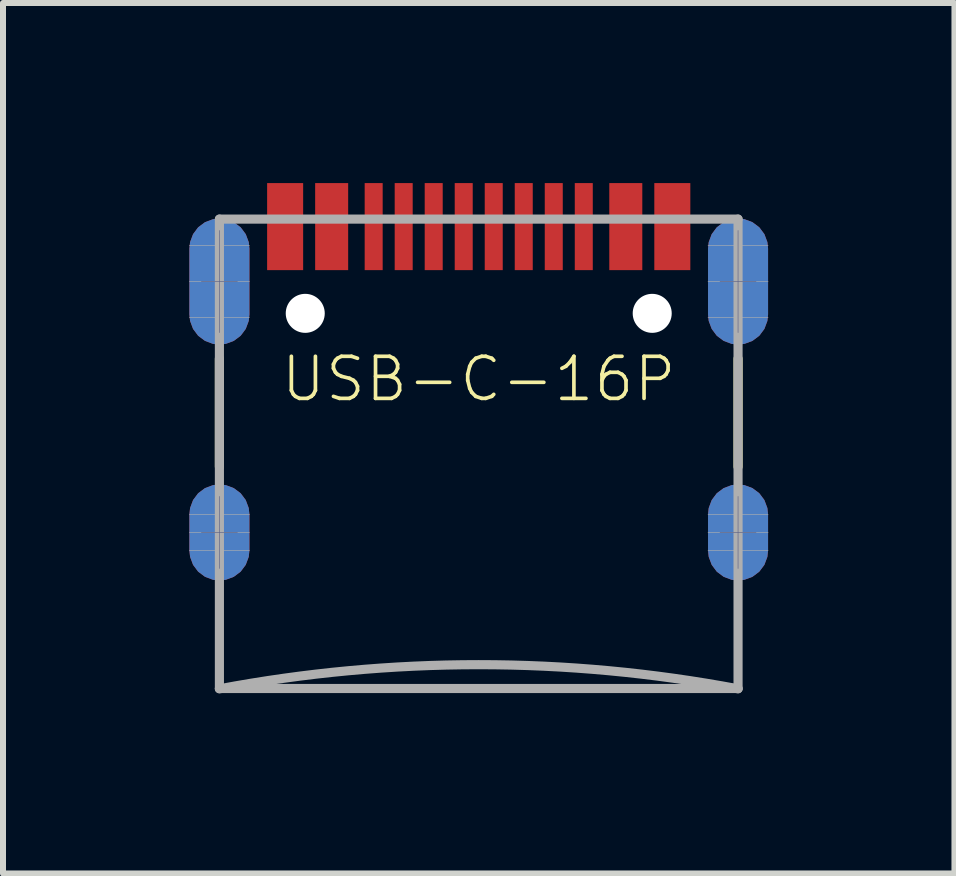
<source format=kicad_pcb>
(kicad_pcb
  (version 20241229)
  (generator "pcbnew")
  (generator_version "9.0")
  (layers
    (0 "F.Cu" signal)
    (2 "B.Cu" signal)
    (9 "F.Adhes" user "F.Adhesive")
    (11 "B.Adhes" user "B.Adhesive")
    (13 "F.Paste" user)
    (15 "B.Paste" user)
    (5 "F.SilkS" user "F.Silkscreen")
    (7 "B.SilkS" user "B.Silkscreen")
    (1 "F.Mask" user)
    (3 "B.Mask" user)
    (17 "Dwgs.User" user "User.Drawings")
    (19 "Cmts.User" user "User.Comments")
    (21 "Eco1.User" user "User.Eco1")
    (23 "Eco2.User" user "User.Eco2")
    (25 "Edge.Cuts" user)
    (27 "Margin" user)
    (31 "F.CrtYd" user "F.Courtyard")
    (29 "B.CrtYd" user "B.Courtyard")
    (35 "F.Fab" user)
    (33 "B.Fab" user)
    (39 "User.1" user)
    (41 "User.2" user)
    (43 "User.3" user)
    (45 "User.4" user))
  (footprint "USB-C-16P"
    (layer "F.Cu")
    (at 4.925 0.725)
    (property "Reference" "USB-C-16P" (at 0 2.54 0) (unlocked yes) (layer "F.SilkS") (effects (font (size 0.701 0.701) (thickness 0.061))))
    (fp_poly (pts (xy -4.169 -0.226) (xy -4.026 -0.173) (xy -3.902 -0.085) (xy -3.804 0.032) (xy -3.741 0.17) (xy -3.715 0.32) (xy -3.715 1.52) (xy -3.742 1.669) (xy -3.806 1.805) (xy -3.904 1.92) (xy -4.028 2.007) (xy -4.17 2.058) (xy -4.32 2.07) (xy -4.47 2.058) (xy -4.612 2.007) (xy -4.736 1.92) (xy -4.834 1.805) (xy -4.925 1.521) (xy -4.925 0.32) (xy -4.899 0.17) (xy -4.836 0.032) (xy -4.738 -0.085) (xy -4.614 -0.174) (xy -4.32 -0.24)) (stroke (width 0) (type default)) (fill yes) (layer "F.Mask"))
    (fp_poly (pts (xy -4.163 4.211) (xy -4.017 4.273) (xy -3.891 4.37) (xy -3.795 4.496) (xy -3.735 4.643) (xy -3.715 4.8) (xy -3.715 5.4) (xy -3.736 5.556) (xy -3.797 5.701) (xy -3.893 5.825) (xy -4.018 5.921) (xy -4.164 5.98) (xy -4.32 6) (xy -4.476 5.98) (xy -4.622 5.921) (xy -4.747 5.825) (xy -4.843 5.701) (xy -4.925 5.401) (xy -4.925 4.8) (xy -4.905 4.643) (xy -4.845 4.496) (xy -4.749 4.37) (xy -4.623 4.272) (xy -4.32 4.19)) (stroke (width 0) (type default)) (fill yes) (layer "F.Mask"))
    (fp_poly (pts (xy 4.471 -0.226) (xy 4.614 -0.173) (xy 4.738 -0.085) (xy 4.836 0.032) (xy 4.899 0.17) (xy 4.925 0.32) (xy 4.925 1.52) (xy 4.898 1.669) (xy 4.834 1.805) (xy 4.736 1.92) (xy 4.612 2.007) (xy 4.47 2.058) (xy 4.32 2.07) (xy 4.17 2.058) (xy 4.028 2.007) (xy 3.904 1.92) (xy 3.806 1.805) (xy 3.715 1.521) (xy 3.715 0.32) (xy 3.741 0.17) (xy 3.804 0.032) (xy 3.902 -0.085) (xy 4.026 -0.174) (xy 4.32 -0.24)) (stroke (width 0) (type default)) (fill yes) (layer "F.Mask"))
    (fp_poly (pts (xy 4.477 4.211) (xy 4.623 4.273) (xy 4.749 4.37) (xy 4.845 4.496) (xy 4.905 4.643) (xy 4.925 4.8) (xy 4.925 5.4) (xy 4.904 5.556) (xy 4.843 5.701) (xy 4.747 5.825) (xy 4.622 5.921) (xy 4.476 5.98) (xy 4.32 6) (xy 4.164 5.98) (xy 4.018 5.921) (xy 3.893 5.825) (xy 3.797 5.701) (xy 3.715 5.401) (xy 3.715 4.8) (xy 3.735 4.643) (xy 3.795 4.496) (xy 3.891 4.37) (xy 4.017 4.272) (xy 4.32 4.19)) (stroke (width 0) (type default)) (fill yes) (layer "F.Mask"))
    (fp_line (start -4.32 2.2) (end -4.32 4) (stroke (width 0.152) (type solid)) (layer "F.SilkS"))
    (fp_line (start 4.32 2.2) (end 4.32 4) (stroke (width 0.152) (type solid)) (layer "F.SilkS"))
    (fp_poly (pts (xy -4.169 -0.226) (xy -4.026 -0.173) (xy -3.902 -0.085) (xy -3.804 0.032) (xy -3.741 0.17) (xy -3.715 0.32) (xy -3.715 1.52) (xy -3.742 1.669) (xy -3.806 1.805) (xy -3.904 1.92) (xy -4.028 2.007) (xy -4.17 2.058) (xy -4.32 2.07) (xy -4.47 2.058) (xy -4.612 2.007) (xy -4.736 1.92) (xy -4.834 1.805) (xy -4.925 1.521) (xy -4.925 0.32) (xy -4.899 0.17) (xy -4.836 0.032) (xy -4.738 -0.085) (xy -4.614 -0.174) (xy -4.32 -0.24)) (stroke (width 0) (type default)) (fill yes) (layer "F.Paste"))
    (fp_poly (pts (xy -4.163 4.211) (xy -4.017 4.273) (xy -3.891 4.37) (xy -3.795 4.496) (xy -3.735 4.643) (xy -3.715 4.8) (xy -3.715 5.4) (xy -3.736 5.556) (xy -3.797 5.701) (xy -3.893 5.825) (xy -4.018 5.921) (xy -4.164 5.98) (xy -4.32 6) (xy -4.476 5.98) (xy -4.622 5.921) (xy -4.747 5.825) (xy -4.843 5.701) (xy -4.925 5.401) (xy -4.925 4.8) (xy -4.905 4.643) (xy -4.845 4.496) (xy -4.749 4.37) (xy -4.623 4.272) (xy -4.32 4.19)) (stroke (width 0) (type default)) (fill yes) (layer "F.Paste"))
    (fp_poly (pts (xy 4.471 -0.226) (xy 4.614 -0.173) (xy 4.738 -0.085) (xy 4.836 0.032) (xy 4.899 0.17) (xy 4.925 0.32) (xy 4.925 1.52) (xy 4.898 1.669) (xy 4.834 1.805) (xy 4.736 1.92) (xy 4.612 2.007) (xy 4.47 2.058) (xy 4.32 2.07) (xy 4.17 2.058) (xy 4.028 2.007) (xy 3.904 1.92) (xy 3.806 1.805) (xy 3.715 1.521) (xy 3.715 0.32) (xy 3.741 0.17) (xy 3.804 0.032) (xy 3.902 -0.085) (xy 4.026 -0.174) (xy 4.32 -0.24)) (stroke (width 0) (type default)) (fill yes) (layer "F.Paste"))
    (fp_poly (pts (xy 4.477 4.211) (xy 4.623 4.273) (xy 4.749 4.37) (xy 4.845 4.496) (xy 4.905 4.643) (xy 4.925 4.8) (xy 4.925 5.4) (xy 4.904 5.556) (xy 4.843 5.701) (xy 4.747 5.825) (xy 4.622 5.921) (xy 4.476 5.98) (xy 4.32 6) (xy 4.164 5.98) (xy 4.018 5.921) (xy 3.893 5.825) (xy 3.797 5.701) (xy 3.715 5.401) (xy 3.715 4.8) (xy 3.735 4.643) (xy 3.795 4.496) (xy 3.891 4.37) (xy 4.017 4.272) (xy 4.32 4.19)) (stroke (width 0) (type default)) (fill yes) (layer "F.Paste"))
    (fp_line (start -4.62 0.915) (end -4.02 0.915) (stroke (width 0.01) (type solid)) (layer "B.Fab"))
    (fp_line (start -4.62 5.095) (end -4.02 5.095) (stroke (width 0.01) (type solid)) (layer "B.Fab"))
    (fp_line (start -4.32 0.065) (end -4.32 1.765) (stroke (width 0.01) (type solid)) (layer "B.Fab"))
    (fp_line (start -4.32 4.495) (end -4.32 5.695) (stroke (width 0.01) (type solid)) (layer "B.Fab"))
    (fp_line (start 4.02 0.915) (end 4.62 0.915) (stroke (width 0.01) (type solid)) (layer "B.Fab"))
    (fp_line (start 4.02 5.095) (end 4.62 5.095) (stroke (width 0.01) (type solid)) (layer "B.Fab"))
    (fp_line (start 4.32 0.065) (end 4.32 1.765) (stroke (width 0.01) (type solid)) (layer "B.Fab"))
    (fp_line (start 4.32 4.495) (end 4.32 5.695) (stroke (width 0.01) (type solid)) (layer "B.Fab"))
    (fp_line (start -4.82 0.315) (end -3.82 0.315) (stroke (width 0.01) (type solid)) (layer "F.Fab"))
    (fp_line (start -4.82 0.915) (end -3.82 0.915) (stroke (width 0.01) (type solid)) (layer "F.Fab"))
    (fp_line (start -4.82 1.515) (end -3.82 1.515) (stroke (width 0.01) (type solid)) (layer "F.Fab"))
    (fp_line (start -4.82 4.795) (end -3.82 4.795) (stroke (width 0.01) (type solid)) (layer "F.Fab"))
    (fp_line (start -4.82 5.095) (end -3.82 5.095) (stroke (width 0.01) (type solid)) (layer "F.Fab"))
    (fp_line (start -4.82 5.395) (end -3.82 5.395) (stroke (width 0.01) (type solid)) (layer "F.Fab"))
    (fp_line (start -4.32 -0.135) (end -4.32 -0.125) (stroke (width 0.01) (type solid)) (layer "F.Fab"))
    (fp_line (start -4.32 -0.125) (end -4.32 1.965) (stroke (width 0.01) (type solid)) (layer "F.Fab"))
    (fp_line (start -4.32 -0.125) (end 4.32 -0.125) (stroke (width 0.152) (type solid)) (layer "F.Fab"))
    (fp_line (start -4.32 4.295) (end -4.32 5.895) (stroke (width 0.01) (type solid)) (layer "F.Fab"))
    (fp_line (start -4.32 7.695) (end -4.32 -0.125) (stroke (width 0.152) (type solid)) (layer "F.Fab"))
    (fp_line (start -4.32 7.695) (end 4.32 7.695) (stroke (width 0.152) (type solid)) (layer "F.Fab"))
    (fp_line (start 3.82 0.315) (end 4.82 0.315) (stroke (width 0.01) (type solid)) (layer "F.Fab"))
    (fp_line (start 3.82 0.915) (end 4.82 0.915) (stroke (width 0.01) (type solid)) (layer "F.Fab"))
    (fp_line (start 3.82 1.515) (end 4.82 1.515) (stroke (width 0.01) (type solid)) (layer "F.Fab"))
    (fp_line (start 3.82 4.795) (end 4.82 4.795) (stroke (width 0.01) (type solid)) (layer "F.Fab"))
    (fp_line (start 3.82 5.095) (end 4.82 5.095) (stroke (width 0.01) (type solid)) (layer "F.Fab"))
    (fp_line (start 3.82 5.395) (end 4.82 5.395) (stroke (width 0.01) (type solid)) (layer "F.Fab"))
    (fp_line (start 4.32 -0.135) (end 4.32 -0.125) (stroke (width 0.01) (type solid)) (layer "F.Fab"))
    (fp_line (start 4.32 -0.125) (end 4.32 1.965) (stroke (width 0.01) (type solid)) (layer "F.Fab"))
    (fp_line (start 4.32 -0.125) (end 4.32 7.695) (stroke (width 0.152) (type solid)) (layer "F.Fab"))
    (fp_line (start 4.32 4.295) (end 4.32 5.895) (stroke (width 0.01) (type solid)) (layer "F.Fab"))
    (fp_arc (start -4.32 7.7) (mid 0 7.297675) (end 4.32 7.7) (stroke (width 0.1524) (type solid)) (layer "F.Fab"))
    (pad "" np_thru_hole circle (at -2.89 1.445) (size 0.65 0.65) (drill 0.65) (layers "*.Cu" "*.Mask"))
    (pad "" np_thru_hole circle (at 2.89 1.445) (size 0.65 0.65) (drill 0.65) (layers "*.Cu" "*.Mask"))
    (pad "A5" smd rect (at -1.25 0 180) (size 0.3 1.45) (layers "F.Cu" "F.Mask" "F.Paste"))
    (pad "A6" smd rect (at -0.25 0 180) (size 0.3 1.45) (layers "F.Cu" "F.Mask" "F.Paste"))
    (pad "A7" smd rect (at 0.25 0) (size 0.3 1.45) (layers "F.Cu" "F.Mask" "F.Paste"))
    (pad "A8" smd rect (at 1.25 0) (size 0.3 1.45) (layers "F.Cu" "F.Mask" "F.Paste"))
    (pad "B5" smd rect (at 1.75 0) (size 0.3 1.45) (layers "F.Cu" "F.Mask" "F.Paste"))
    (pad "B6" smd rect (at 0.75 0) (size 0.3 1.45) (layers "F.Cu" "F.Mask" "F.Paste"))
    (pad "B7" smd rect (at -0.75 0 180) (size 0.3 1.45) (layers "F.Cu" "F.Mask" "F.Paste"))
    (pad "B8" smd rect (at -1.75 0 180) (size 0.3 1.45) (layers "F.Cu" "F.Mask" "F.Paste"))
    (pad "GND" smd rect (at -3.225 0 180) (size 0.6 1.45) (layers "F.Cu" "F.Mask" "F.Paste"))
    (pad "GND2" smd rect (at 3.225 0) (size 0.6 1.45) (layers "F.Cu" "F.Mask" "F.Paste"))
    (pad "SHLD1" smd roundrect (at -4.32 0.915 180) (size 1 2.1) (layers "F.Cu") (roundrect_rratio 0.5))
    (pad "SHLD2" smd roundrect (at 4.32 0.915 180) (size 1 2.1) (layers "F.Cu") (roundrect_rratio 0.5))
    (pad "SHLD3" smd roundrect (at -4.32 0.915) (size 1 2.1) (layers "*.Mask" "B.Cu") (roundrect_rratio 0.5))
    (pad "SHLD4" smd roundrect (at 4.32 0.915) (size 1 2.1) (layers "*.Mask" "B.Cu") (roundrect_rratio 0.5))
    (pad "SHLD5" smd roundrect (at -4.32 5.095 180) (size 1 1.6) (layers "F.Cu") (roundrect_rratio 0.5))
    (pad "SHLD6" smd roundrect (at -4.32 5.095) (size 1 1.6) (layers "*.Mask" "B.Cu") (roundrect_rratio 0.5))
    (pad "SHLD7" smd roundrect (at 4.32 5.095) (size 1 1.6) (layers "*.Mask" "B.Cu") (roundrect_rratio 0.5))
    (pad "SHLD8" smd roundrect (at 4.32 5.095 180) (size 1 1.6) (layers "F.Cu") (roundrect_rratio 0.5))
    (pad "VBUS1" smd rect (at -2.45 0 180) (size 0.55 1.45) (layers "F.Cu" "F.Mask" "F.Paste"))
    (pad "VBUS2" smd rect (at 2.45 0) (size 0.55 1.45) (layers "F.Cu" "F.Mask" "F.Paste"))
    (zone (net_name "") (layer "B.Cu") (hatch edge 0.5) (connect_pads) (min_thickness 0.25) (filled_areas_thickness no) (keepout (tracks allowed) (vias allowed) (pads allowed) (copperpour not_allowed) (footprints allowed)) (placement (enabled no)) (fill) (polygon (pts (xy 0.125 0.625) (xy 1.125 0.625) (xy 1.125 2.725) (xy 0.125 2.725))))
    (zone (net_name "") (layer "B.Cu") (hatch edge 0.5) (connect_pads) (min_thickness 0.25) (filled_areas_thickness no) (keepout (tracks allowed) (vias allowed) (pads allowed) (copperpour not_allowed) (footprints allowed)) (placement (enabled no)) (fill) (polygon (pts (xy 0.125 5.025) (xy 1.125 5.025) (xy 1.125 6.625) (xy 0.125 6.625))))
    (zone (net_name "") (layer "B.Cu") (hatch edge 0.5) (connect_pads) (min_thickness 0.25) (filled_areas_thickness no) (keepout (tracks allowed) (vias allowed) (pads allowed) (copperpour not_allowed) (footprints allowed)) (placement (enabled no)) (fill) (polygon (pts (xy 8.725 0.625) (xy 9.725 0.625) (xy 9.725 2.725) (xy 8.725 2.725))))
    (zone (net_name "") (layer "B.Cu") (hatch edge 0.5) (connect_pads) (min_thickness 0.25) (filled_areas_thickness no) (keepout (tracks allowed) (vias allowed) (pads allowed) (copperpour not_allowed) (footprints allowed)) (placement (enabled no)) (fill) (polygon (pts (xy 8.725 5.025) (xy 9.725 5.025) (xy 9.725 6.625) (xy 8.725 6.625))))
    (zone (net_name "") (layer "In2.Cu") (hatch edge 0.5) (connect_pads) (min_thickness 0.25) (filled_areas_thickness no) (keepout (tracks allowed) (vias allowed) (pads allowed) (copperpour not_allowed) (footprints allowed)) (placement (enabled no)) (fill) (polygon (pts (xy 0.125 0.625) (xy 1.125 0.625) (xy 1.125 2.725) (xy 0.125 2.725))))
    (zone (net_name "") (layer "In2.Cu") (hatch edge 0.5) (connect_pads) (min_thickness 0.25) (filled_areas_thickness no) (keepout (tracks allowed) (vias allowed) (pads allowed) (copperpour not_allowed) (footprints allowed)) (placement (enabled no)) (fill) (polygon (pts (xy 0.125 5.025) (xy 1.125 5.025) (xy 1.125 6.625) (xy 0.125 6.625))))
    (zone (net_name "") (layer "In2.Cu") (hatch edge 0.5) (connect_pads) (min_thickness 0.25) (filled_areas_thickness no) (keepout (tracks allowed) (vias allowed) (pads allowed) (copperpour not_allowed) (footprints allowed)) (placement (enabled no)) (fill) (polygon (pts (xy 8.725 5.025) (xy 9.725 5.025) (xy 9.725 6.625) (xy 8.725 6.625))))
    (zone (net_name "") (layer "In2.Cu") (hatch edge 0.5) (connect_pads) (min_thickness 0.25) (filled_areas_thickness no) (keepout (tracks allowed) (vias allowed) (pads allowed) (copperpour not_allowed) (footprints allowed)) (placement (enabled no)) (fill) (polygon (pts (xy 8.725 0.625) (xy 9.725 0.625) (xy 9.725 2.625) (xy 9.725 2.725) (xy 8.725 2.725)))))
  (gr_rect
    (start -3 -3)
    (end 12.85 11.501)
    (stroke (width 0.1) (type default))
    (fill no)
    (layer "Edge.Cuts")))
</source>
